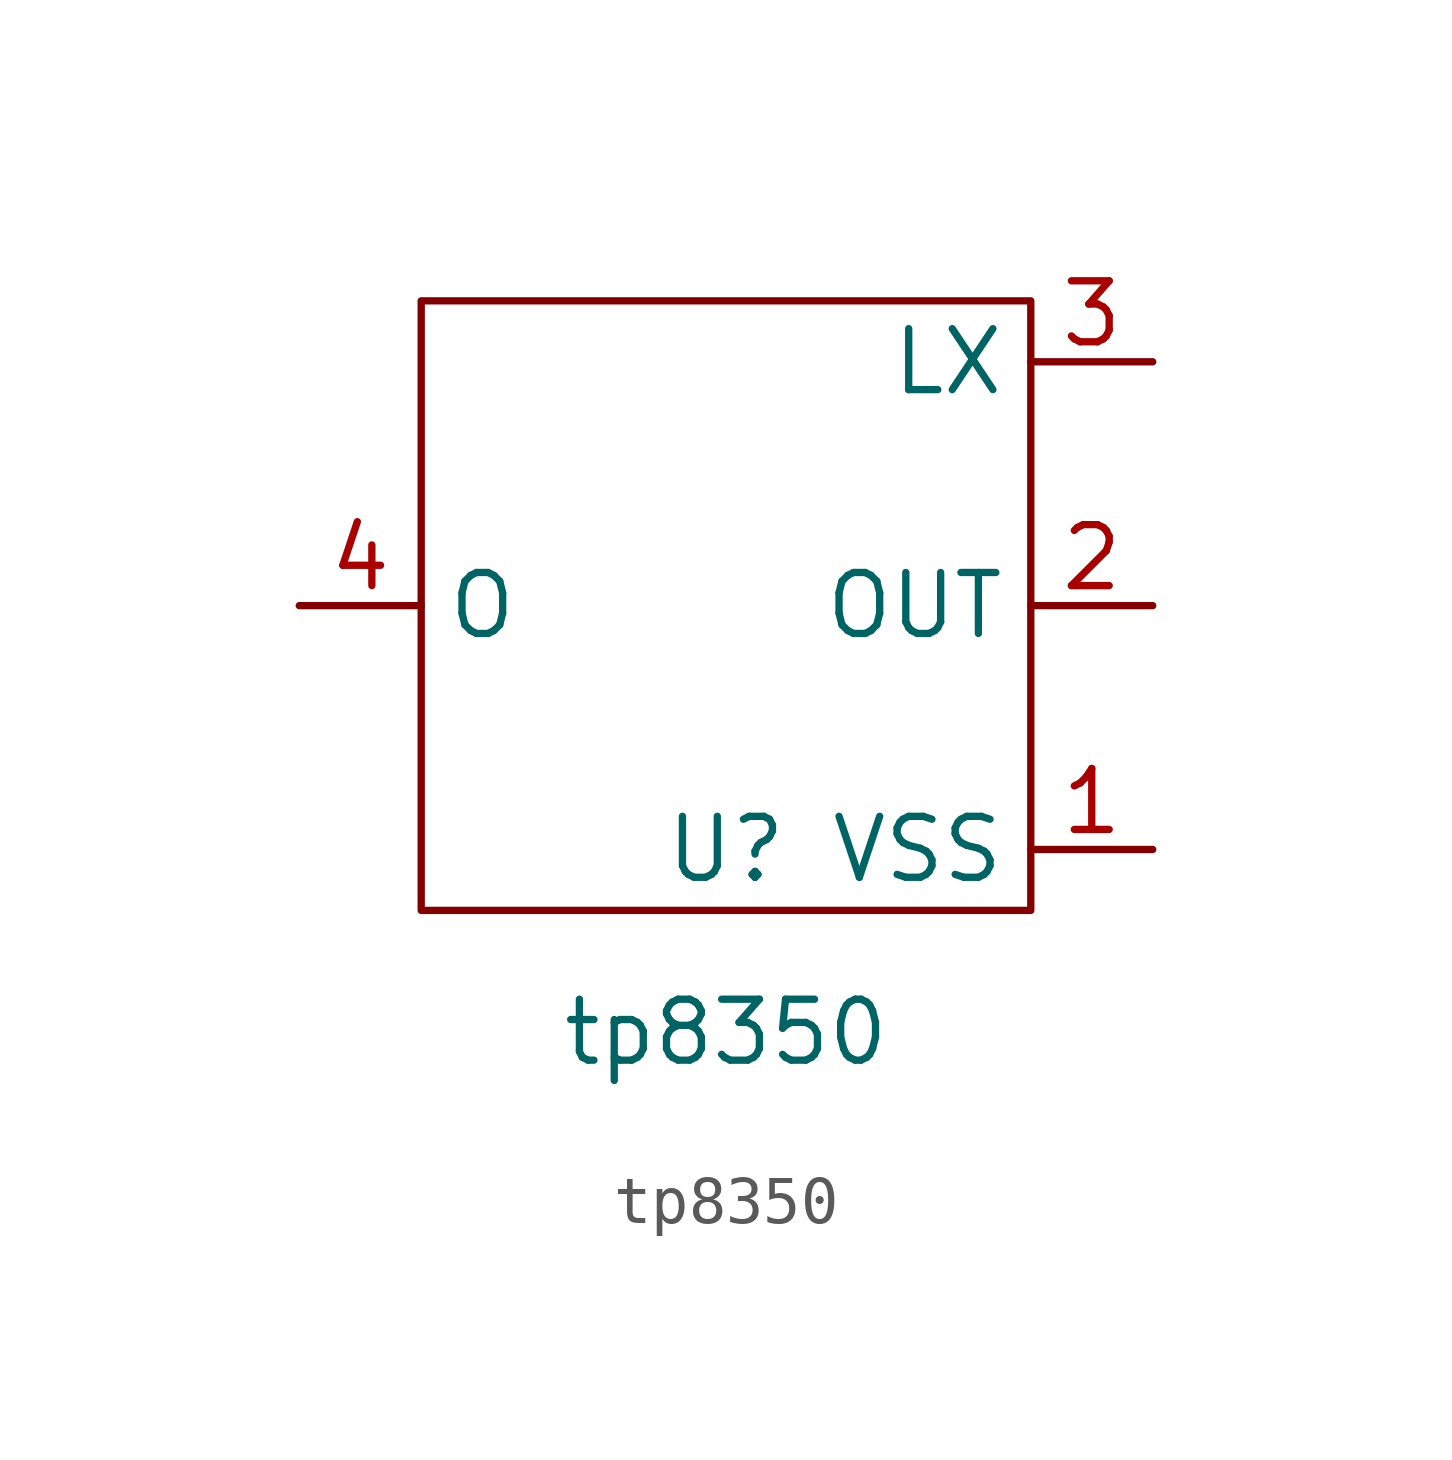
<source format=kicad_sym>
(kicad_symbol_lib
  (version 20211014)
  (generator kicad_symbol_editor)
  (symbol "tp8350"
    (property "Reference" "U"
      (at 0 0 0)
      (effects (font (size 1.27 1.27))))
    (property "Value" "tp8350"
      (at 0 -3.81 0)
      (effects (font (size 1.27 1.27))))
    (symbol "tp8350_0_1"
      (rectangle (start -6.35 11.43) (end 6.35 -1.27) (stroke (width 0) (type default) (color 0 0 0 0)) (fill (type none))))
    (symbol "tp8350_1_1"
      (pin input line (at 8.89 0 180) (length 2.54) (name "VSS" (effects (font (size 1.27 1.27)))) (number "1" (effects (font (size 1.27 1.27)))))
      (pin input line (at 8.89 5.08 180) (length 2.54) (name "OUT" (effects (font (size 1.27 1.27)))) (number "2" (effects (font (size 1.27 1.27)))))
      (pin input line (at 8.89 10.16 180) (length 2.54) (name "LX" (effects (font (size 1.27 1.27)))) (number "3" (effects (font (size 1.27 1.27)))))
      (pin input line (at -8.89 5.08 0) (length 2.54) (name "O" (effects (font (size 1.27 1.27)))) (number "4" (effects (font (size 1.27 1.27))))))))
</source>
